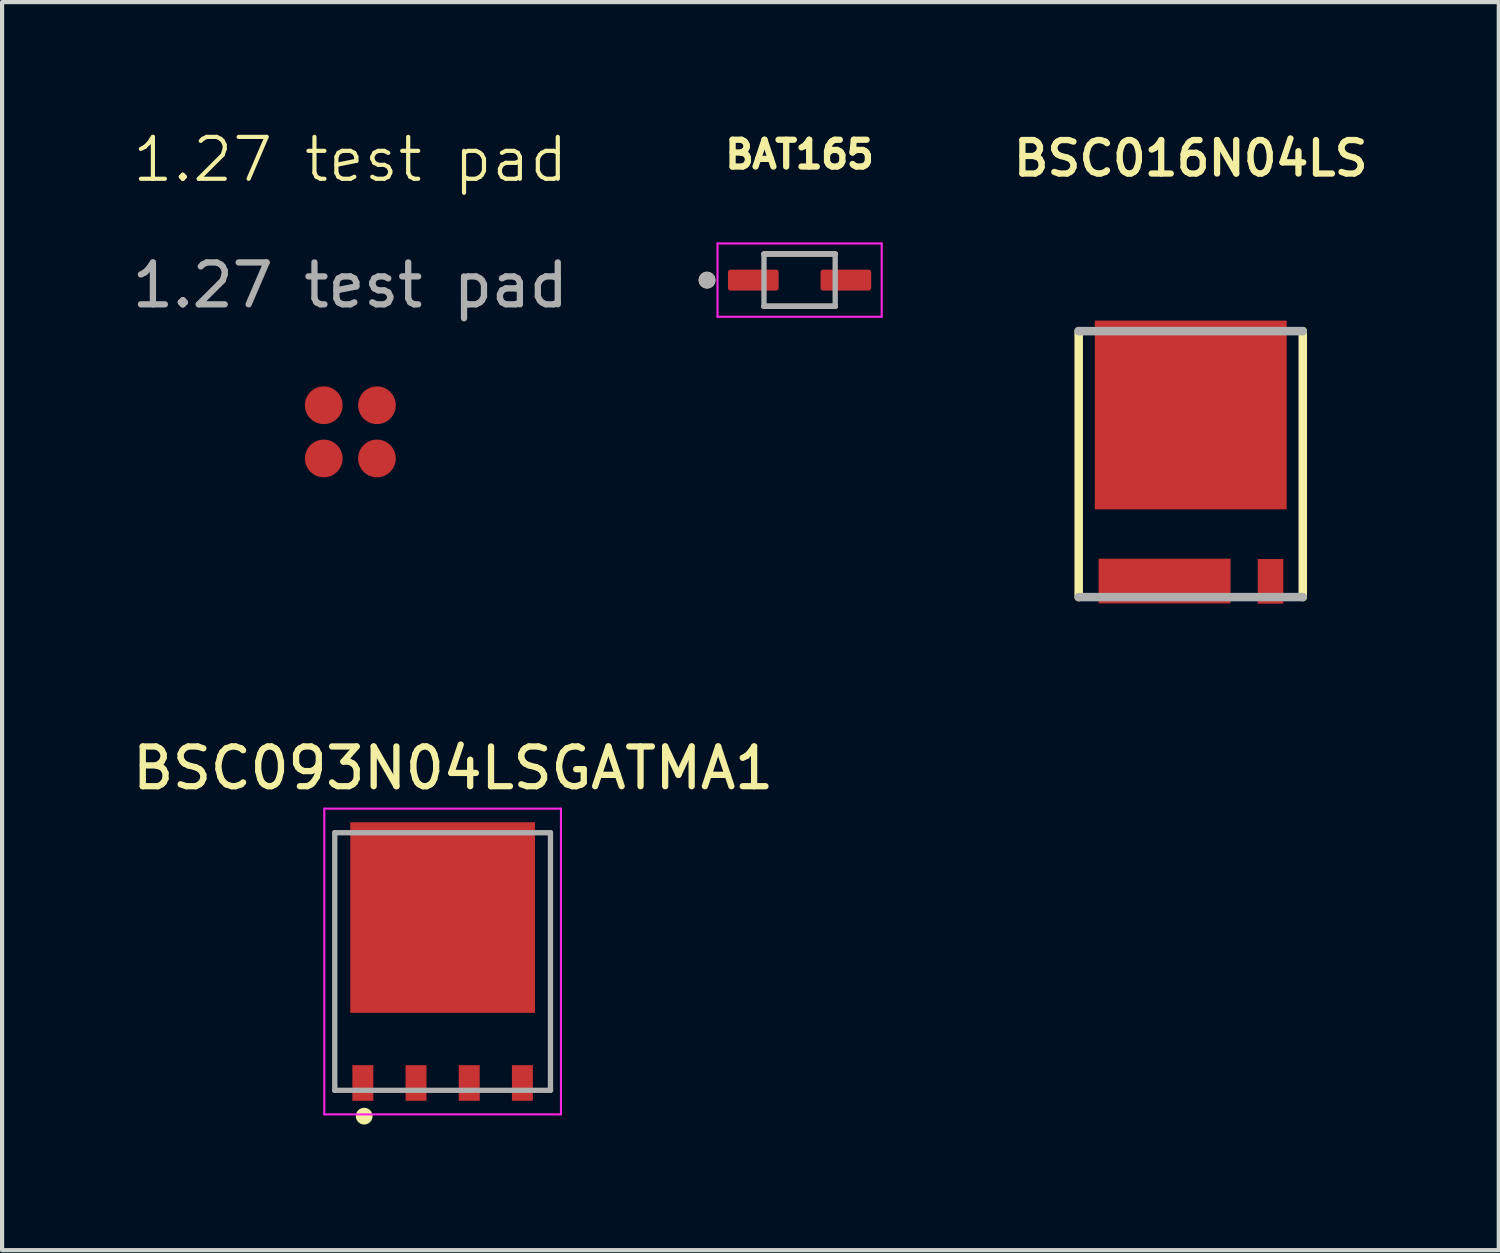
<source format=kicad_pcb>
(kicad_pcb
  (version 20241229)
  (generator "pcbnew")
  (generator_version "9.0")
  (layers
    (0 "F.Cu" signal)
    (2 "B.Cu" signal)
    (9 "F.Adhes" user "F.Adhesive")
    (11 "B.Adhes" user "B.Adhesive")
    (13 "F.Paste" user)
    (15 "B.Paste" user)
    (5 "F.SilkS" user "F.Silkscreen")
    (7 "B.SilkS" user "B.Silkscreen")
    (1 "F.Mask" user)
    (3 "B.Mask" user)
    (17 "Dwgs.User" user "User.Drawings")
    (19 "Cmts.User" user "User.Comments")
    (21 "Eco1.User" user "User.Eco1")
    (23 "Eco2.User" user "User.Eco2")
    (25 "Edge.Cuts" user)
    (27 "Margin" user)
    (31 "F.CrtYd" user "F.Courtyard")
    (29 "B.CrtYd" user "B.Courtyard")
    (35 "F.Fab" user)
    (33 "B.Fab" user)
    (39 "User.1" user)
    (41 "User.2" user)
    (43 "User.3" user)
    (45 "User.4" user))
  (footprint "BAT165"
    (layer "F.Cu")
    (at 16.041 3.638)
    (property "Reference" "BAT165" (at 0 -3 0) (layer "F.SilkS") (effects (font (size 0.64 0.64) (thickness 0.15))))
    (attr smd)
    (fp_line (start -0.85 0.625) (end 0.85 0.625) (stroke (width 0.127) (type solid)) (layer "F.SilkS"))
    (fp_line (start 0.85 -0.625) (end -0.85 -0.625) (stroke (width 0.127) (type solid)) (layer "F.SilkS"))
    (fp_circle (center -2.21 0) (end -2.11 0) (stroke (width 0.2) (type solid)) (fill no) (layer "F.SilkS"))
    (fp_line (start -1.96 -0.875) (end -1.96 0.875) (stroke (width 0.05) (type solid)) (layer "F.CrtYd"))
    (fp_line (start -1.96 0.875) (end 1.96 0.875) (stroke (width 0.05) (type solid)) (layer "F.CrtYd"))
    (fp_line (start 1.96 -0.875) (end -1.96 -0.875) (stroke (width 0.05) (type solid)) (layer "F.CrtYd"))
    (fp_line (start 1.96 0.875) (end 1.96 -0.875) (stroke (width 0.05) (type solid)) (layer "F.CrtYd"))
    (fp_line (start -0.85 -0.625) (end -0.85 0.625) (stroke (width 0.127) (type solid)) (layer "F.Fab"))
    (fp_line (start -0.85 0.625) (end 0.85 0.625) (stroke (width 0.127) (type solid)) (layer "F.Fab"))
    (fp_line (start 0.85 -0.625) (end -0.85 -0.625) (stroke (width 0.127) (type solid)) (layer "F.Fab"))
    (fp_line (start 0.85 0.625) (end 0.85 -0.625) (stroke (width 0.127) (type solid)) (layer "F.Fab"))
    (fp_circle (center -2.21 0) (end -2.11 0) (stroke (width 0.2) (type solid)) (fill no) (layer "F.Fab"))
    (pad "1" smd roundrect (at -1.105 0) (size 1.21 0.5) (layers "F.Cu" "F.Mask" "F.Paste") (roundrect_rratio 0.125))
    (pad "2" smd roundrect (at 1.105 0) (size 1.21 0.5) (layers "F.Cu" "F.Mask" "F.Paste") (roundrect_rratio 0.125)))
  (footprint "1.27 test pad"
    (layer "F.Cu")
    (at 5.315 7.261)
    (property "Reference" "1.27 test pad" (at 0 -6.5 0) (unlocked yes) (layer "F.SilkS") (effects (font (size 1 1) (thickness 0.1))))
    (attr smd)
    (fp_text user "${REFERENCE}" (at 0 -3.5 0) (unlocked yes) (layer "F.Fab") (effects (font (size 1 1) (thickness 0.15))))
    (pad "1" smd circle (at -0.635 0.635) (size 0.9 0.9) (layers "F.Cu" "F.Mask"))
    (pad "2" smd circle (at -0.635 -0.635) (size 0.9 0.9) (layers "F.Cu" "F.Mask"))
    (pad "3" smd circle (at 0.635 -0.635) (size 0.9 0.9) (layers "F.Cu" "F.Mask"))
    (pad "4" smd circle (at 0.635 0.635) (size 0.9 0.9) (layers "F.Cu" "F.Mask")))
  (footprint "BSC093N04LSGATMA1"
    (layer "F.Cu")
    (at 7.518 19.907)
    (property "Reference" "BSC093N04LSGATMA1" (at 0.252 -4.617 0) (layer "F.SilkS") (effects (font (size 0.949 0.949) (thickness 0.15))))
    (attr smd)
    (fp_circle (center -1.873 3.692) (end -1.773 3.692) (stroke (width 0.2) (type solid)) (fill no) (layer "F.SilkS"))
    (fp_poly (pts (xy -2.158 -3.28) (xy -1.655 -3.28) (xy -1.655 -2.534) (xy -2.158 -2.534)) (stroke (width 0.01) (type solid)) (fill yes) (layer "F.Paste"))
    (fp_poly (pts (xy -2.108 2.53) (xy -1.705 2.53) (xy -1.705 3.285) (xy -2.108 3.285)) (stroke (width 0.01) (type solid)) (fill yes) (layer "F.Paste"))
    (fp_poly (pts (xy -1.602 -2.35) (xy -0.1 -2.35) (xy -0.1 -0.851) (xy -1.602 -0.851)) (stroke (width 0.01) (type solid)) (fill yes) (layer "F.Paste"))
    (fp_poly (pts (xy -1.601 -0.65) (xy -0.1 -0.65) (xy -0.1 0.851) (xy -1.601 0.851)) (stroke (width 0.01) (type solid)) (fill yes) (layer "F.Paste"))
    (fp_poly (pts (xy -0.886 -3.28) (xy -0.385 -3.28) (xy -0.385 -2.533) (xy -0.886 -2.533)) (stroke (width 0.01) (type solid)) (fill yes) (layer "F.Paste"))
    (fp_poly (pts (xy -0.837 2.53) (xy -0.435 2.53) (xy -0.435 3.288) (xy -0.837 3.288)) (stroke (width 0.01) (type solid)) (fill yes) (layer "F.Paste"))
    (fp_poly (pts (xy 0.1 -2.35) (xy 1.6 -2.35) (xy 1.6 -0.851) (xy 0.1 -0.851)) (stroke (width 0.01) (type solid)) (fill yes) (layer "F.Paste"))
    (fp_poly (pts (xy 0.1 -0.65) (xy 1.6 -0.65) (xy 1.6 0.852) (xy 0.1 0.852)) (stroke (width 0.01) (type solid)) (fill yes) (layer "F.Paste"))
    (fp_poly (pts (xy 0.385 -3.28) (xy 0.885 -3.28) (xy 0.885 -2.533) (xy 0.385 -2.533)) (stroke (width 0.01) (type solid)) (fill yes) (layer "F.Paste"))
    (fp_poly (pts (xy 0.436 2.53) (xy 0.835 2.53) (xy 0.835 3.285) (xy 0.436 3.285)) (stroke (width 0.01) (type solid)) (fill yes) (layer "F.Paste"))
    (fp_poly (pts (xy 1.658 -3.28) (xy 2.155 -3.28) (xy 2.155 -2.534) (xy 1.658 -2.534)) (stroke (width 0.01) (type solid)) (fill yes) (layer "F.Paste"))
    (fp_poly (pts (xy 1.708 2.53) (xy 2.105 2.53) (xy 2.105 3.285) (xy 1.708 3.285)) (stroke (width 0.01) (type solid)) (fill yes) (layer "F.Paste"))
    (fp_line (start -2.825 -3.65) (end 2.825 -3.65) (stroke (width 0.05) (type solid)) (layer "F.CrtYd"))
    (fp_line (start -2.825 3.65) (end -2.825 -3.65) (stroke (width 0.05) (type solid)) (layer "F.CrtYd"))
    (fp_line (start 2.825 -3.65) (end 2.825 3.65) (stroke (width 0.05) (type solid)) (layer "F.CrtYd"))
    (fp_line (start 2.825 3.65) (end -2.825 3.65) (stroke (width 0.05) (type solid)) (layer "F.CrtYd"))
    (fp_line (start -2.575 -3.075) (end 2.575 -3.075) (stroke (width 0.127) (type solid)) (layer "F.Fab"))
    (fp_line (start -2.575 3.075) (end -2.575 -3.075) (stroke (width 0.127) (type solid)) (layer "F.Fab"))
    (fp_line (start 2.575 -3.075) (end 2.575 3.075) (stroke (width 0.127) (type solid)) (layer "F.Fab"))
    (fp_line (start 2.575 3.075) (end -2.575 3.075) (stroke (width 0.127) (type solid)) (layer "F.Fab"))
    (pad "1" smd rect (at -1.905 2.9) (size 0.5 0.85) (layers "F.Cu" "F.Mask"))
    (pad "2" smd rect (at -0.635 2.9) (size 0.5 0.85) (layers "F.Cu" "F.Mask"))
    (pad "3" smd rect (at 0.635 2.9) (size 0.5 0.85) (layers "F.Cu" "F.Mask"))
    (pad "4" smd rect (at 1.905 2.9) (size 0.5 0.85) (layers "F.Cu" "F.Mask"))
    (pad "5" smd rect (at 0 -1.05) (size 4.41 4.55) (layers "F.Cu" "F.Mask")))
  (footprint "BSC016N04LS"
    (layer "F.Cu")
    (at 25.38 8.031)
    (property "Reference" "BSC016N04LS" (at 0 -7.3 180) (layer "F.SilkS") (effects (font (size 0.8 0.8) (thickness 0.15))))
    (attr smd)
    (fp_poly (pts (xy -2.363 -2.565) (xy 2.363 -2.565) (xy 2.363 1.172) (xy -2.363 1.172)) (stroke (width 0.01) (type solid)) (fill yes) (layer "F.Mask"))
    (fp_poly (pts (xy -2.305 -3.535) (xy -1.505 -3.535) (xy -1.505 -2.565) (xy -2.305 -2.565)) (stroke (width 0.01) (type solid)) (fill yes) (layer "F.Mask"))
    (fp_poly (pts (xy -2.294 2.157) (xy -1.494 2.157) (xy -1.494 3.427) (xy -2.294 3.427)) (stroke (width 0.01) (type solid)) (fill yes) (layer "F.Mask"))
    (fp_poly (pts (xy -1.035 -3.535) (xy -0.235 -3.535) (xy -0.235 -2.565) (xy -1.035 -2.565)) (stroke (width 0.01) (type solid)) (fill yes) (layer "F.Mask"))
    (fp_poly (pts (xy -1.024 2.157) (xy -0.224 2.157) (xy -0.224 3.427) (xy -1.024 3.427)) (stroke (width 0.01) (type solid)) (fill yes) (layer "F.Mask"))
    (fp_poly (pts (xy 0.235 -3.535) (xy 1.035 -3.535) (xy 1.035 -2.565) (xy 0.235 -2.565)) (stroke (width 0.01) (type solid)) (fill yes) (layer "F.Mask"))
    (fp_poly (pts (xy 0.246 2.157) (xy 1.046 2.157) (xy 1.046 3.427) (xy 0.246 3.427)) (stroke (width 0.01) (type solid)) (fill yes) (layer "F.Mask"))
    (fp_poly (pts (xy 1.505 -3.535) (xy 2.305 -3.535) (xy 2.305 -2.565) (xy 1.505 -2.565)) (stroke (width 0.01) (type solid)) (fill yes) (layer "F.Mask"))
    (fp_poly (pts (xy 1.505 2.165) (xy 2.305 2.165) (xy 2.305 3.435) (xy 1.505 3.435)) (stroke (width 0.01) (type solid)) (fill yes) (layer "F.Mask"))
    (fp_line (start -2.675 3.175) (end -2.675 -3.175) (stroke (width 0.203) (type solid)) (layer "F.SilkS"))
    (fp_line (start 2.675 -3.175) (end 2.675 3.175) (stroke (width 0.203) (type solid)) (layer "F.SilkS"))
    (fp_rect (start -1.716 2.3) (end -0.7 2.808) (stroke (width 0.01) (type solid)) (fill yes) (layer "F.Paste"))
    (fp_rect (start -0.516 2.3) (end 0.5 2.808) (stroke (width 0.01) (type solid)) (fill yes) (layer "F.Paste"))
    (fp_poly (pts (xy -2.286 -2.508) (xy 2.286 -2.508) (xy 2.286 1.075) (xy -2.286 1.075)) (stroke (width 0.01) (type solid)) (fill yes) (layer "F.Paste"))
    (fp_poly (pts (xy -2.159 -3.408) (xy -1.651 -3.408) (xy -1.651 -2.438) (xy -2.159 -2.438)) (stroke (width 0.01) (type solid)) (fill yes) (layer "F.Paste"))
    (fp_poly (pts (xy -2.148 2.284) (xy -1.64 2.284) (xy -1.64 3.3) (xy -2.148 3.3)) (stroke (width 0.01) (type solid)) (fill yes) (layer "F.Paste"))
    (fp_poly (pts (xy -0.889 -3.408) (xy -0.381 -3.408) (xy -0.381 -2.438) (xy -0.889 -2.438)) (stroke (width 0.01) (type solid)) (fill yes) (layer "F.Paste"))
    (fp_poly (pts (xy -0.878 2.284) (xy -0.37 2.284) (xy -0.37 3.3) (xy -0.878 3.3)) (stroke (width 0.01) (type solid)) (fill yes) (layer "F.Paste"))
    (fp_poly (pts (xy 0.381 -3.408) (xy 0.889 -3.408) (xy 0.889 -2.438) (xy 0.381 -2.438)) (stroke (width 0.01) (type solid)) (fill yes) (layer "F.Paste"))
    (fp_poly (pts (xy 0.392 2.284) (xy 0.9 2.284) (xy 0.9 3.3) (xy 0.392 3.3)) (stroke (width 0.01) (type solid)) (fill yes) (layer "F.Paste"))
    (fp_poly (pts (xy 1.651 -3.408) (xy 2.159 -3.408) (xy 2.159 -2.438) (xy 1.651 -2.438)) (stroke (width 0.01) (type solid)) (fill yes) (layer "F.Paste"))
    (fp_poly (pts (xy 1.651 2.292) (xy 2.159 2.292) (xy 2.159 3.308) (xy 1.651 3.308)) (stroke (width 0.01) (type solid)) (fill yes) (layer "F.Paste"))
    (fp_line (start -2.675 -3.175) (end 2.675 -3.175) (stroke (width 0.203) (type solid)) (layer "F.Fab"))
    (fp_line (start 2.675 3.175) (end -2.675 3.175) (stroke (width 0.203) (type solid)) (layer "F.Fab"))
    (pad "1-3" smd rect (at -0.624 2.792) (size 3.15 1.067) (layers "F.Cu"))
    (pad "4" smd rect (at 1.905 2.8) (size 0.61 1.067) (layers "F.Cu"))
    (pad "5-8" smd rect (at 0 -1.173) (size 4.58 4.505) (layers "F.Cu")))
  (gr_rect
    (start -3 -3)
    (end 32.735 26.799)
    (stroke (width 0.1) (type default))
    (fill no)
    (layer "Edge.Cuts")))
</source>
